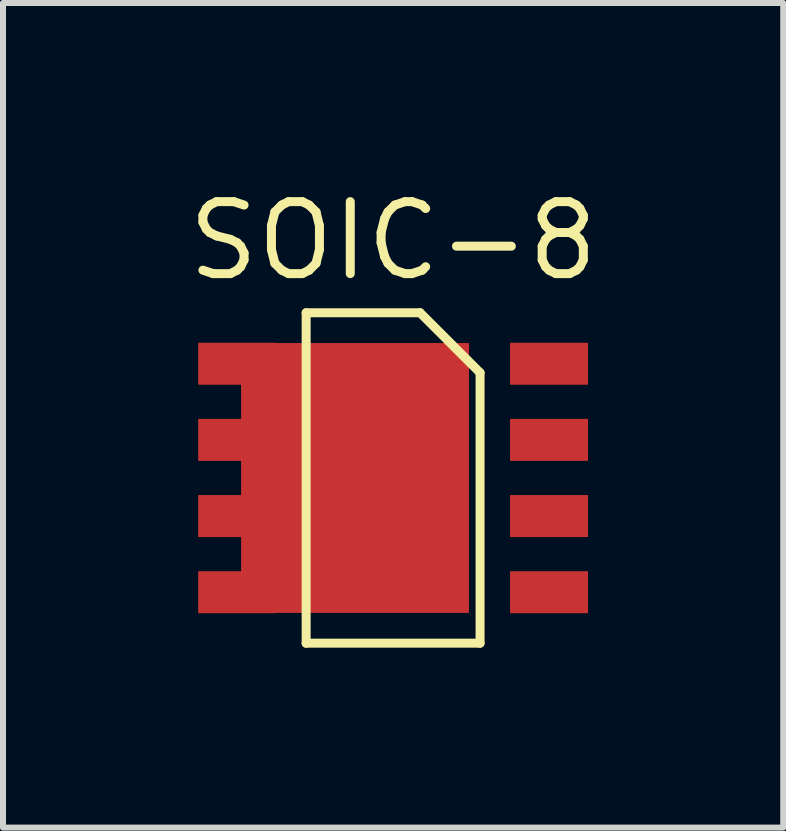
<source format=kicad_pcb>
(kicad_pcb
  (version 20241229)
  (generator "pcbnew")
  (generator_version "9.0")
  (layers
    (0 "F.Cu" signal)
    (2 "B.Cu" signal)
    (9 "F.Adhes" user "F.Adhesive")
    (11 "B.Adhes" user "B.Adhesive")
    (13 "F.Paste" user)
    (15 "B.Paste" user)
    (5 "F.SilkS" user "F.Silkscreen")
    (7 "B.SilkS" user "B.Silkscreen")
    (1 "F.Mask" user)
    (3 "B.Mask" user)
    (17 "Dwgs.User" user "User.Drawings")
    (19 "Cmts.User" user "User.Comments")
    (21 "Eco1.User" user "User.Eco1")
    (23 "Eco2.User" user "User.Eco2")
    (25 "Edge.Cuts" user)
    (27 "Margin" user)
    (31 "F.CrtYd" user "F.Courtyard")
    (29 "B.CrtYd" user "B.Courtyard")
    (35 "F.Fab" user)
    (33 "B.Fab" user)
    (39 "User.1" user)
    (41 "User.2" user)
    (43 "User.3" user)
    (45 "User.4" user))
  (footprint "SOIC-8"
    (layer "F.Cu")
    (at 2.87 5.555)
    (property "Reference" "SOIC-8" (at 0.635 -4.59 0) (layer "F.SilkS") (effects (font (size 1.2 1.2) (thickness 0.15))))
    (attr through_hole)
    (fp_line (start -0.815 -3.39) (end -0.815 2.12) (stroke (width 0.15) (type solid)) (layer "F.SilkS"))
    (fp_line (start -0.815 2.12) (end 2.085 2.12) (stroke (width 0.15) (type solid)) (layer "F.SilkS"))
    (fp_line (start 1.085 -3.39) (end -0.815 -3.39) (stroke (width 0.15) (type solid)) (layer "F.SilkS"))
    (fp_line (start 2.085 -2.39) (end 1.085 -3.39) (stroke (width 0.15) (type solid)) (layer "F.SilkS"))
    (fp_line (start 2.085 2.12) (end 2.085 -2.39) (stroke (width 0.15) (type solid)) (layer "F.SilkS"))
    (pad "1" smd rect (at -1.965 -2.54 270) (size 0.7 1.3) (layers "F.Cu" "F.Mask" "F.Paste"))
    (pad "2" smd rect (at -1.965 -1.27 270) (size 0.7 1.3) (layers "F.Cu" "F.Mask" "F.Paste"))
    (pad "3" smd rect (at -1.965 0 270) (size 0.7 1.3) (layers "F.Cu" "F.Mask" "F.Paste"))
    (pad "4" smd rect (at -1.965 1.27 270) (size 0.7 1.3) (layers "F.Cu" "F.Mask" "F.Paste"))
    (pad "5" smd rect (at 3.235 1.27 270) (size 0.7 1.3) (layers "F.Cu" "F.Mask" "F.Paste"))
    (pad "6" smd rect (at 3.235 0 270) (size 0.7 1.3) (layers "F.Cu" "F.Mask" "F.Paste"))
    (pad "7" smd rect (at 3.235 -1.27 270) (size 0.7 1.3) (layers "F.Cu" "F.Mask" "F.Paste"))
    (pad "8" smd rect (at 3.235 -2.54 270) (size 0.7 1.3) (layers "F.Cu" "F.Mask" "F.Paste"))
    (pad "10" smd rect (at 0 -0.635) (size 3.8 4.5) (layers "F.Cu" "F.Mask" "F.Paste")))
  (gr_rect
    (start -3 -3)
    (end 10.01 10.75)
    (stroke (width 0.1) (type default))
    (fill no)
    (layer "Edge.Cuts")))
</source>
